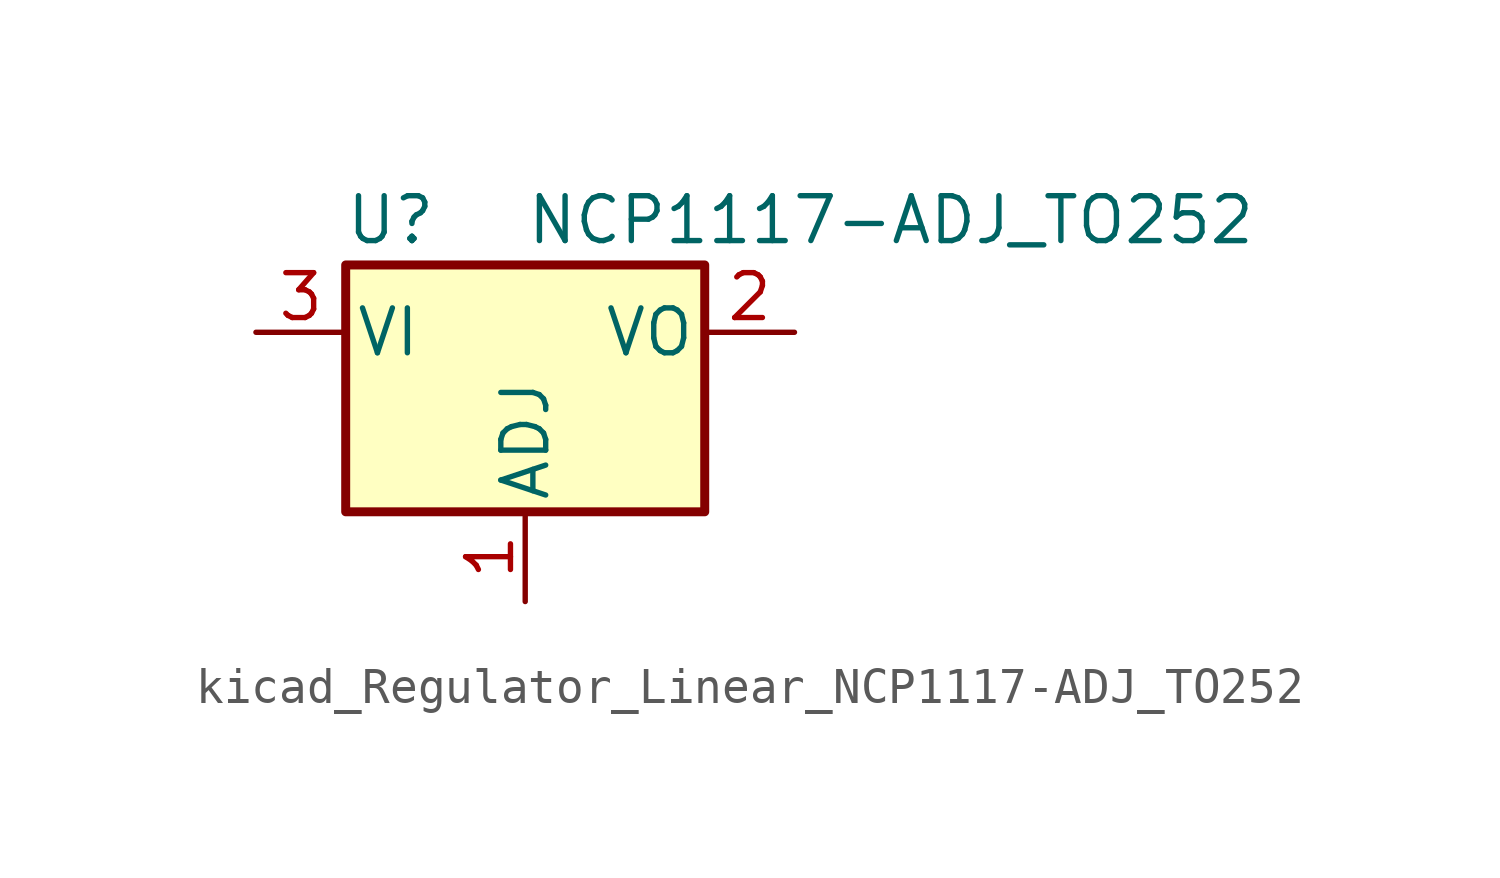
<source format=kicad_sym>
(kicad_symbol_lib
  (version 20220914)
  (generator kicad_symbol_editor)
  (symbol "kicad_Regulator_Linear_NCP1117-ADJ_TO252"
    (pin_names
      (offset 0.254))
    (property "Reference" "U"
      (at -3.81 3.175 0)
      (effects (font (size 1.27 1.27))))
    (property "Value" "NCP1117-ADJ_TO252"
      (at 0 3.175 0)
      (effects (font (size 1.27 1.27)) (justify left)))
    (symbol "kicad_Regulator_Linear_NCP1117-ADJ_TO252_0_1"
      (rectangle (start -5.08 1.905) (end 5.08 -5.08) (stroke (width 0.254) (type default)) (fill (type background))))
    (symbol "kicad_Regulator_Linear_NCP1117-ADJ_TO252_1_1"
      (pin input line (at 0 -7.62 90) (length 2.54) (name "ADJ" (effects (font (size 1.27 1.27)))) (number "1" (effects (font (size 1.27 1.27)))))
      (pin power_out line (at 7.62 0 180) (length 2.54) (name "VO" (effects (font (size 1.27 1.27)))) (number "2" (effects (font (size 1.27 1.27)))))
      (pin power_in line (at -7.62 0 0) (length 2.54) (name "VI" (effects (font (size 1.27 1.27)))) (number "3" (effects (font (size 1.27 1.27))))))))
</source>
